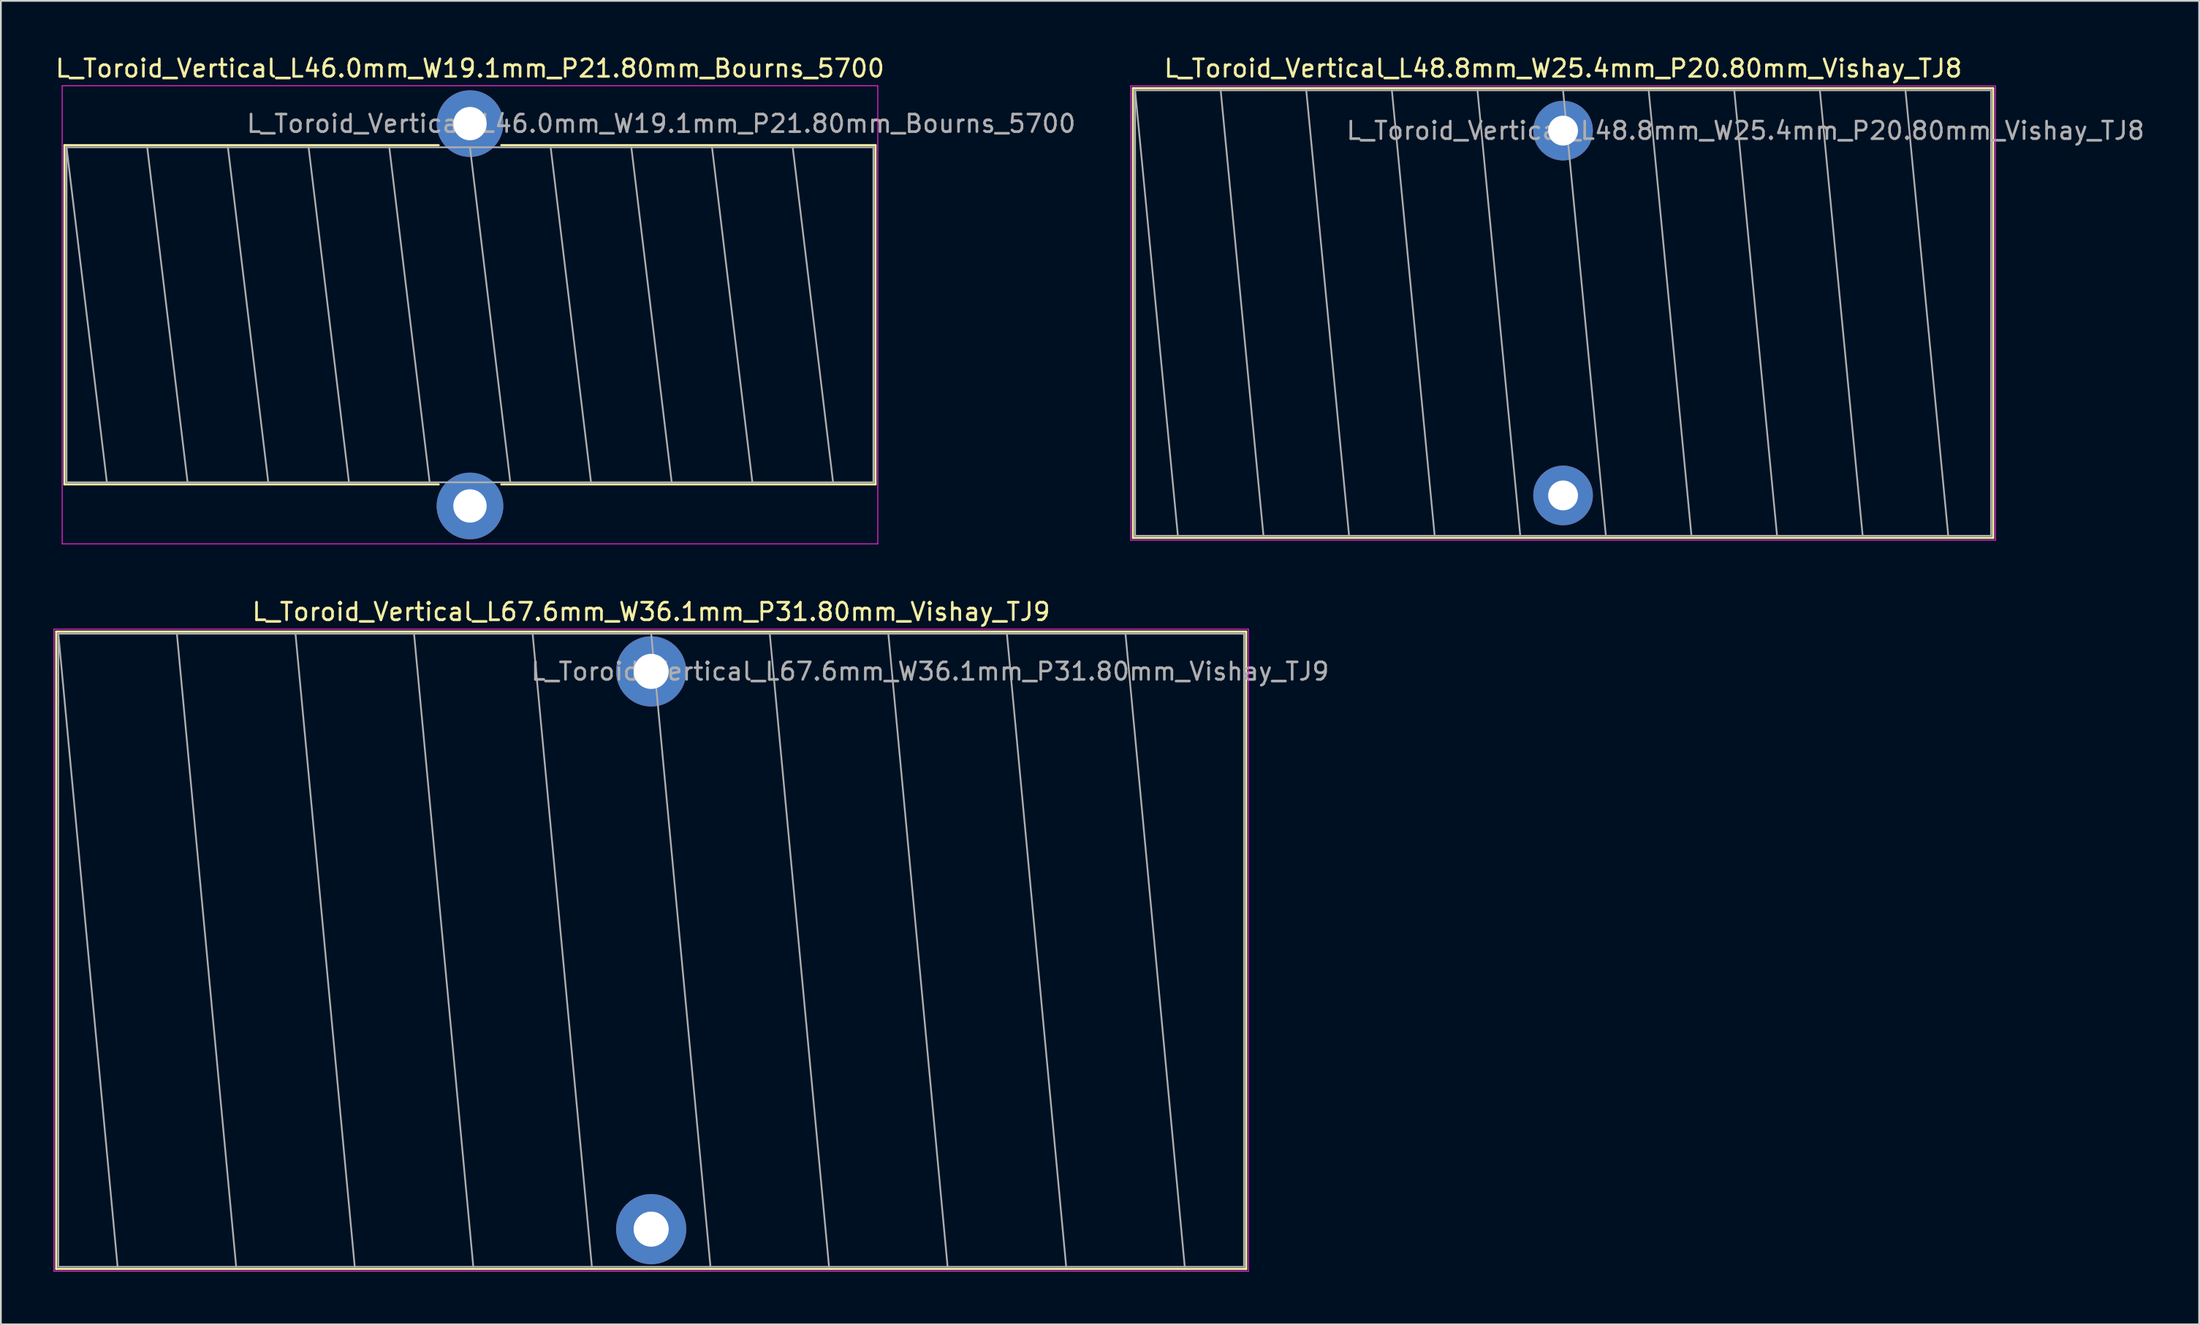
<source format=kicad_pcb>
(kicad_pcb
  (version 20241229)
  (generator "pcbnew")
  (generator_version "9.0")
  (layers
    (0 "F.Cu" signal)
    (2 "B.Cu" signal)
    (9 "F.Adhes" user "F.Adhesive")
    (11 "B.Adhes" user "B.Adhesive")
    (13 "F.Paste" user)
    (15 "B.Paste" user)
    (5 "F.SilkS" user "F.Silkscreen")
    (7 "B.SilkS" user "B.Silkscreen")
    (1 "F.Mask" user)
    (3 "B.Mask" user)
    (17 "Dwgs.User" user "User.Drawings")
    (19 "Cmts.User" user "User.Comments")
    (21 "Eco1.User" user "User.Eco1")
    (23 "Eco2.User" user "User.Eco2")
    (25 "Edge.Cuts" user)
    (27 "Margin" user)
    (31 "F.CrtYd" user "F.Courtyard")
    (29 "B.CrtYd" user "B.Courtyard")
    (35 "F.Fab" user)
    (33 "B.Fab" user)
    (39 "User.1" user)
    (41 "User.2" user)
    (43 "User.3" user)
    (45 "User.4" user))
  (footprint "L_Toroid_Vertical_L48.8mm_W25.4mm_P20.80mm_Vishay_TJ8"
    (layer "F.Cu")
    (at 86.063 4.398)
    (property "Reference" "L_Toroid_Vertical_L48.8mm_W25.4mm_P20.80mm_Vishay_TJ8" (at 0 -3.55 0) (layer "F.SilkS") (effects (font (size 1 1) (thickness 0.15))))
    (attr through_hole)
    (fp_line (start -24.52 -2.42) (end -24.52 23.22) (stroke (width 0.12) (type solid)) (layer "F.SilkS"))
    (fp_line (start -24.52 -2.42) (end 24.52 -2.42) (stroke (width 0.12) (type solid)) (layer "F.SilkS"))
    (fp_line (start -24.52 23.22) (end 24.52 23.22) (stroke (width 0.12) (type solid)) (layer "F.SilkS"))
    (fp_line (start 24.52 -2.42) (end 24.52 23.22) (stroke (width 0.12) (type solid)) (layer "F.SilkS"))
    (fp_line (start -24.65 -2.55) (end -24.65 23.35) (stroke (width 0.05) (type solid)) (layer "F.CrtYd"))
    (fp_line (start -24.65 23.35) (end 24.65 23.35) (stroke (width 0.05) (type solid)) (layer "F.CrtYd"))
    (fp_line (start 24.65 -2.55) (end -24.65 -2.55) (stroke (width 0.05) (type solid)) (layer "F.CrtYd"))
    (fp_line (start 24.65 23.35) (end 24.65 -2.55) (stroke (width 0.05) (type solid)) (layer "F.CrtYd"))
    (fp_line (start -24.4 -2.3) (end -24.4 23.1) (stroke (width 0.1) (type solid)) (layer "F.Fab"))
    (fp_line (start -24.4 -2.3) (end -21.96 23.1) (stroke (width 0.1) (type solid)) (layer "F.Fab"))
    (fp_line (start -24.4 23.1) (end 24.4 23.1) (stroke (width 0.1) (type solid)) (layer "F.Fab"))
    (fp_line (start -19.52 -2.3) (end -17.08 23.1) (stroke (width 0.1) (type solid)) (layer "F.Fab"))
    (fp_line (start -14.64 -2.3) (end -12.2 23.1) (stroke (width 0.1) (type solid)) (layer "F.Fab"))
    (fp_line (start -9.76 -2.3) (end -7.32 23.1) (stroke (width 0.1) (type solid)) (layer "F.Fab"))
    (fp_line (start -4.88 -2.3) (end -2.44 23.1) (stroke (width 0.1) (type solid)) (layer "F.Fab"))
    (fp_line (start 0 -2.3) (end 2.44 23.1) (stroke (width 0.1) (type solid)) (layer "F.Fab"))
    (fp_line (start 4.88 -2.3) (end 7.32 23.1) (stroke (width 0.1) (type solid)) (layer "F.Fab"))
    (fp_line (start 9.76 -2.3) (end 12.2 23.1) (stroke (width 0.1) (type solid)) (layer "F.Fab"))
    (fp_line (start 14.64 -2.3) (end 17.08 23.1) (stroke (width 0.1) (type solid)) (layer "F.Fab"))
    (fp_line (start 19.52 -2.3) (end 21.96 23.1) (stroke (width 0.1) (type solid)) (layer "F.Fab"))
    (fp_line (start 24.4 -2.3) (end -24.4 -2.3) (stroke (width 0.1) (type solid)) (layer "F.Fab"))
    (fp_line (start 24.4 23.1) (end 24.4 -2.3) (stroke (width 0.1) (type solid)) (layer "F.Fab"))
    (fp_text user "${REFERENCE}" (at 10.4 0 0) (layer "F.Fab") (effects (font (size 1 1) (thickness 0.15))))
    (pad "1" thru_hole circle (at 0 0) (size 3.4 3.4) (drill 1.7) (layers "*.Cu" "*.Mask"))
    (pad "2" thru_hole circle (at 0 20.8) (size 3.4 3.4) (drill 1.7) (layers "*.Cu" "*.Mask")))
  (footprint "L_Toroid_Vertical_L67.6mm_W36.1mm_P31.80mm_Vishay_TJ9"
    (layer "F.Cu")
    (at 34.075 35.231)
    (property "Reference" "L_Toroid_Vertical_L67.6mm_W36.1mm_P31.80mm_Vishay_TJ9" (at 0 -3.4 0) (layer "F.SilkS") (effects (font (size 1 1) (thickness 0.15))))
    (attr through_hole)
    (fp_line (start -33.92 -2.27) (end -33.92 34.07) (stroke (width 0.12) (type solid)) (layer "F.SilkS"))
    (fp_line (start -33.92 -2.27) (end 33.92 -2.27) (stroke (width 0.12) (type solid)) (layer "F.SilkS"))
    (fp_line (start -33.92 34.07) (end 33.92 34.07) (stroke (width 0.12) (type solid)) (layer "F.SilkS"))
    (fp_line (start 33.92 -2.27) (end 33.92 34.07) (stroke (width 0.12) (type solid)) (layer "F.SilkS"))
    (fp_line (start -34.05 -2.41) (end -34.05 34.2) (stroke (width 0.05) (type solid)) (layer "F.CrtYd"))
    (fp_line (start -34.05 34.2) (end 34.05 34.2) (stroke (width 0.05) (type solid)) (layer "F.CrtYd"))
    (fp_line (start 34.05 -2.41) (end -34.05 -2.41) (stroke (width 0.05) (type solid)) (layer "F.CrtYd"))
    (fp_line (start 34.05 34.2) (end 34.05 -2.41) (stroke (width 0.05) (type solid)) (layer "F.CrtYd"))
    (fp_line (start -33.8 -2.15) (end -33.8 33.95) (stroke (width 0.1) (type solid)) (layer "F.Fab"))
    (fp_line (start -33.8 -2.15) (end -30.42 33.95) (stroke (width 0.1) (type solid)) (layer "F.Fab"))
    (fp_line (start -33.8 33.95) (end 33.8 33.95) (stroke (width 0.1) (type solid)) (layer "F.Fab"))
    (fp_line (start -27.04 -2.15) (end -23.66 33.95) (stroke (width 0.1) (type solid)) (layer "F.Fab"))
    (fp_line (start -20.28 -2.15) (end -16.9 33.95) (stroke (width 0.1) (type solid)) (layer "F.Fab"))
    (fp_line (start -13.52 -2.15) (end -10.14 33.95) (stroke (width 0.1) (type solid)) (layer "F.Fab"))
    (fp_line (start -6.76 -2.15) (end -3.38 33.95) (stroke (width 0.1) (type solid)) (layer "F.Fab"))
    (fp_line (start 0 -2.15) (end 3.38 33.95) (stroke (width 0.1) (type solid)) (layer "F.Fab"))
    (fp_line (start 6.76 -2.15) (end 10.14 33.95) (stroke (width 0.1) (type solid)) (layer "F.Fab"))
    (fp_line (start 13.52 -2.15) (end 16.9 33.95) (stroke (width 0.1) (type solid)) (layer "F.Fab"))
    (fp_line (start 20.28 -2.15) (end 23.66 33.95) (stroke (width 0.1) (type solid)) (layer "F.Fab"))
    (fp_line (start 27.04 -2.15) (end 30.42 33.95) (stroke (width 0.1) (type solid)) (layer "F.Fab"))
    (fp_line (start 33.8 -2.15) (end -33.8 -2.15) (stroke (width 0.1) (type solid)) (layer "F.Fab"))
    (fp_line (start 33.8 33.95) (end 33.8 -2.15) (stroke (width 0.1) (type solid)) (layer "F.Fab"))
    (fp_text user "${REFERENCE}" (at 15.9 0 0) (layer "F.Fab") (effects (font (size 1 1) (thickness 0.15))))
    (pad "1" thru_hole circle (at 0 0) (size 4 4) (drill 2) (layers "*.Cu" "*.Mask"))
    (pad "2" thru_hole circle (at 0 31.8) (size 4 4) (drill 2) (layers "*.Cu" "*.Mask")))
  (footprint "L_Toroid_Vertical_L46.0mm_W19.1mm_P21.80mm_Bourns_5700"
    (layer "F.Cu")
    (at 23.744 3.998)
    (property "Reference" "L_Toroid_Vertical_L46.0mm_W19.1mm_P21.80mm_Bourns_5700" (at 0 -3.15 0) (layer "F.SilkS") (effects (font (size 1 1) (thickness 0.15))))
    (attr through_hole)
    (fp_line (start -23.12 1.23) (end -23.12 20.57) (stroke (width 0.12) (type solid)) (layer "F.SilkS"))
    (fp_line (start -23.12 1.23) (end -1.785 1.23) (stroke (width 0.12) (type solid)) (layer "F.SilkS"))
    (fp_line (start -23.12 20.57) (end -1.785 20.57) (stroke (width 0.12) (type solid)) (layer "F.SilkS"))
    (fp_line (start 1.785 1.23) (end 23.12 1.23) (stroke (width 0.12) (type solid)) (layer "F.SilkS"))
    (fp_line (start 1.785 20.57) (end 23.12 20.57) (stroke (width 0.12) (type solid)) (layer "F.SilkS"))
    (fp_line (start 23.12 1.23) (end 23.12 20.57) (stroke (width 0.12) (type solid)) (layer "F.SilkS"))
    (fp_line (start -23.25 -2.16) (end -23.25 23.96) (stroke (width 0.05) (type solid)) (layer "F.CrtYd"))
    (fp_line (start -23.25 23.96) (end 23.25 23.96) (stroke (width 0.05) (type solid)) (layer "F.CrtYd"))
    (fp_line (start 23.25 -2.16) (end -23.25 -2.16) (stroke (width 0.05) (type solid)) (layer "F.CrtYd"))
    (fp_line (start 23.25 23.96) (end 23.25 -2.16) (stroke (width 0.05) (type solid)) (layer "F.CrtYd"))
    (fp_line (start -23 1.35) (end -23 20.45) (stroke (width 0.1) (type solid)) (layer "F.Fab"))
    (fp_line (start -23 1.35) (end -20.7 20.45) (stroke (width 0.1) (type solid)) (layer "F.Fab"))
    (fp_line (start -23 20.45) (end 23 20.45) (stroke (width 0.1) (type solid)) (layer "F.Fab"))
    (fp_line (start -18.4 1.35) (end -16.1 20.45) (stroke (width 0.1) (type solid)) (layer "F.Fab"))
    (fp_line (start -13.8 1.35) (end -11.5 20.45) (stroke (width 0.1) (type solid)) (layer "F.Fab"))
    (fp_line (start -9.2 1.35) (end -6.9 20.45) (stroke (width 0.1) (type solid)) (layer "F.Fab"))
    (fp_line (start -4.6 1.35) (end -2.3 20.45) (stroke (width 0.1) (type solid)) (layer "F.Fab"))
    (fp_line (start 0 1.35) (end 2.3 20.45) (stroke (width 0.1) (type solid)) (layer "F.Fab"))
    (fp_line (start 4.6 1.35) (end 6.9 20.45) (stroke (width 0.1) (type solid)) (layer "F.Fab"))
    (fp_line (start 9.2 1.35) (end 11.5 20.45) (stroke (width 0.1) (type solid)) (layer "F.Fab"))
    (fp_line (start 13.8 1.35) (end 16.1 20.45) (stroke (width 0.1) (type solid)) (layer "F.Fab"))
    (fp_line (start 18.4 1.35) (end 20.7 20.45) (stroke (width 0.1) (type solid)) (layer "F.Fab"))
    (fp_line (start 23 1.35) (end -23 1.35) (stroke (width 0.1) (type solid)) (layer "F.Fab"))
    (fp_line (start 23 20.45) (end 23 1.35) (stroke (width 0.1) (type solid)) (layer "F.Fab"))
    (fp_text user "${REFERENCE}" (at 10.9 0 0) (layer "F.Fab") (effects (font (size 1 1) (thickness 0.15))))
    (pad "1" thru_hole circle (at 0 0) (size 3.8 3.8) (drill 1.9) (layers "*.Cu" "*.Mask"))
    (pad "2" thru_hole circle (at 0 21.8) (size 3.8 3.8) (drill 1.9) (layers "*.Cu" "*.Mask")))
  (gr_rect
    (start -3 -3)
    (end 122.326 72.457)
    (stroke (width 0.1) (type default))
    (fill no)
    (layer "Edge.Cuts")))
</source>
